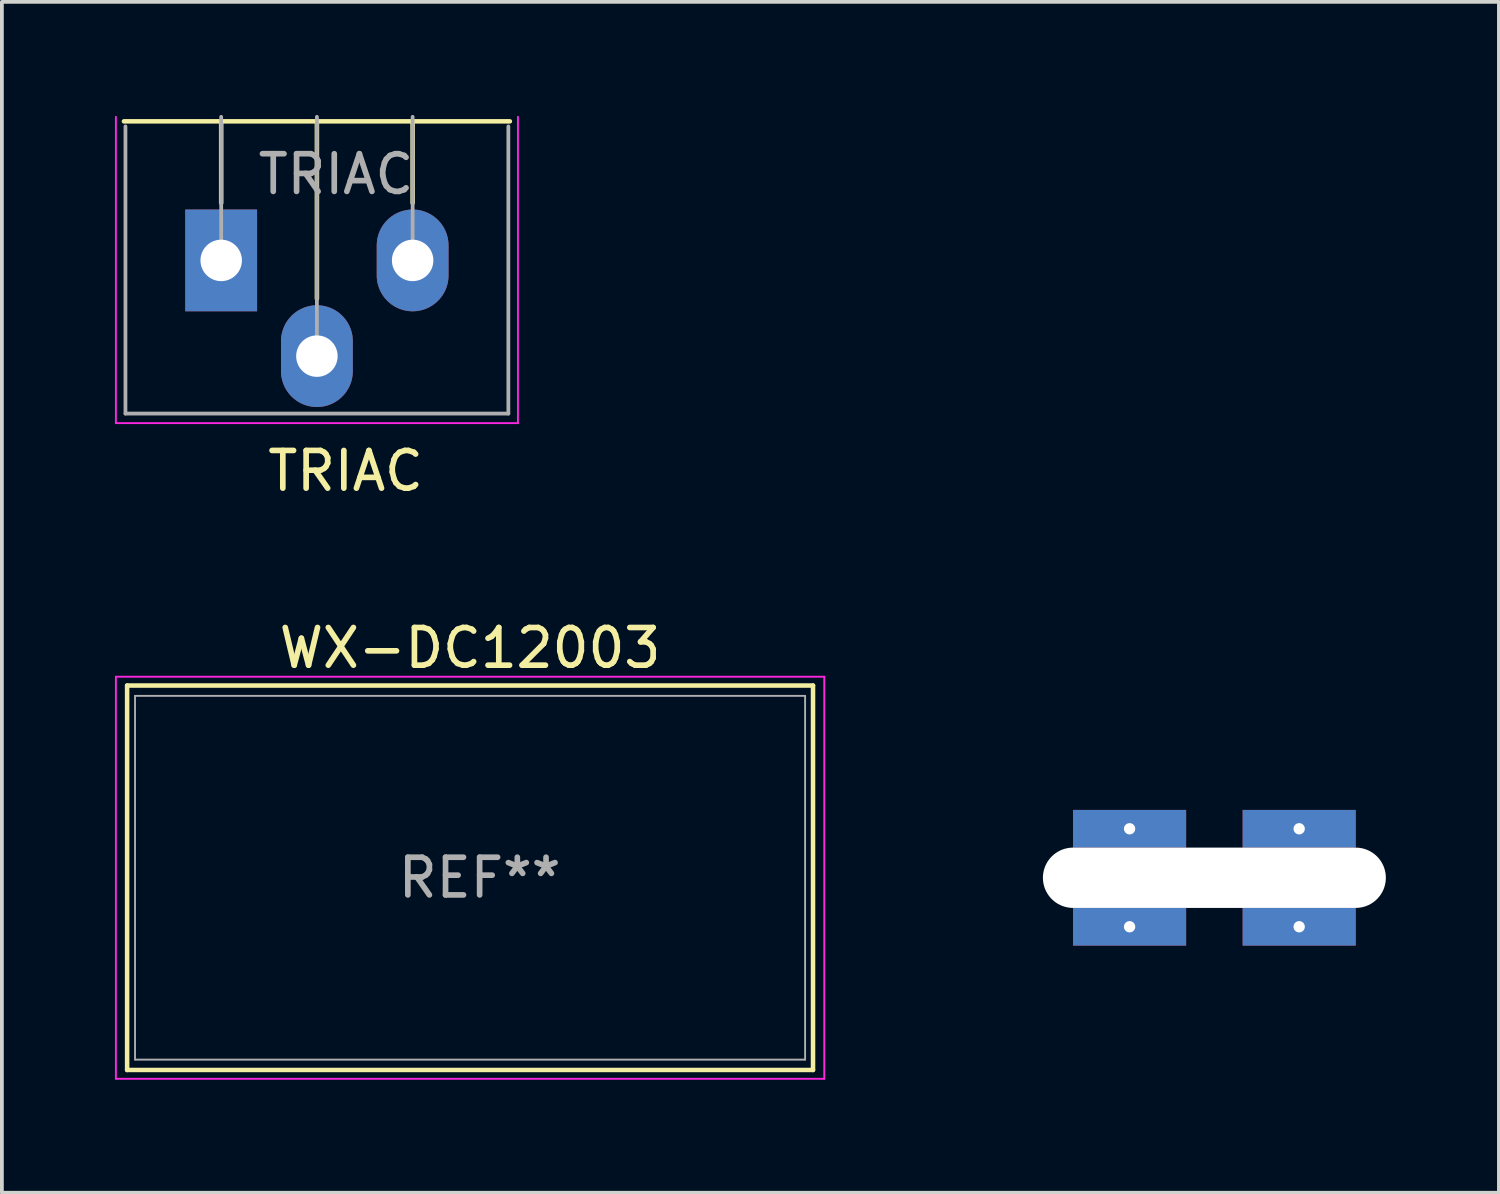
<source format=kicad_pcb>
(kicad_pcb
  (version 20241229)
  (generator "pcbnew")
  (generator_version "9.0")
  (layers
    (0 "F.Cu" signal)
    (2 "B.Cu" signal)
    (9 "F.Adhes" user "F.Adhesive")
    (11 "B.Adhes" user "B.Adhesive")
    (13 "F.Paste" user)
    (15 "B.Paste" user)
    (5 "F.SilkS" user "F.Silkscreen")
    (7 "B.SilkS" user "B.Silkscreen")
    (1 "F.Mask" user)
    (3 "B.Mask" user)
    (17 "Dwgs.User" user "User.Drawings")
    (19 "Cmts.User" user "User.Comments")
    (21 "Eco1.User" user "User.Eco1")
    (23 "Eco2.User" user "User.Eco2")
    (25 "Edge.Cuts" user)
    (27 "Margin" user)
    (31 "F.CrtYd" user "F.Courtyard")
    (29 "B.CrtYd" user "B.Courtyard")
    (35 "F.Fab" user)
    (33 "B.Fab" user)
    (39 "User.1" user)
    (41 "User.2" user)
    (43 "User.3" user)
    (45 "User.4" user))
  (footprint "TRIAC"
    (layer "F.Cu")
    (at 2.819 3.86)
    (property "Reference" "TRIAC" (at 3.302 5.588 0) (layer "F.SilkS") (effects (font (size 1 1) (thickness 0.15))))
    (attr through_hole)
    (fp_line (start -2.58 -3.69) (end 7.66 -3.69) (stroke (width 0.12) (type solid)) (layer "F.SilkS"))
    (fp_line (start 0 -3.69) (end 0 -1.524) (stroke (width 0.12) (type solid)) (layer "F.SilkS"))
    (fp_line (start 2.54 -3.69) (end 2.54 1.016) (stroke (width 0.12) (type solid)) (layer "F.SilkS"))
    (fp_line (start 5.08 -3.69) (end 5.08 -1.524) (stroke (width 0.12) (type solid)) (layer "F.SilkS"))
    (fp_line (start -2.794 -3.81) (end -2.794 4.318) (stroke (width 0.05) (type solid)) (layer "F.CrtYd"))
    (fp_line (start -2.794 4.318) (end 7.874 4.318) (stroke (width 0.05) (type solid)) (layer "F.CrtYd"))
    (fp_line (start 7.874 4.318) (end 7.874 -3.81) (stroke (width 0.05) (type solid)) (layer "F.CrtYd"))
    (fp_line (start -2.54 4.064) (end -2.54 -3.556) (stroke (width 0.1) (type solid)) (layer "F.Fab"))
    (fp_line (start 0 -3.81) (end 0 0) (stroke (width 0.1) (type solid)) (layer "F.Fab"))
    (fp_line (start 2.54 -3.81) (end 2.54 2.54) (stroke (width 0.1) (type solid)) (layer "F.Fab"))
    (fp_line (start 5.08 -3.81) (end 5.08 0) (stroke (width 0.1) (type solid)) (layer "F.Fab"))
    (fp_line (start 7.62 -3.556) (end 7.62 4.064) (stroke (width 0.1) (type solid)) (layer "F.Fab"))
    (fp_line (start 7.62 4.064) (end -2.54 4.064) (stroke (width 0.1) (type solid)) (layer "F.Fab"))
    (fp_text user "${REFERENCE}" (at 3.048 -2.286 0) (layer "F.Fab") (effects (font (size 1 1) (thickness 0.15))))
    (pad "1" thru_hole trapezoid (at 0 0) (size 1.905 2.7) (drill 1.1) (layers "*.Cu" "*.Mask"))
    (pad "2" thru_hole oval (at 2.54 2.54) (size 1.905 2.7) (drill 1.1) (layers "*.Cu" "*.Mask"))
    (pad "3" thru_hole oval (at 5.08 0) (size 1.905 2.7) (drill 1.1) (layers "*.Cu" "*.Mask")))
  (footprint "WX-DC12003"
    (layer "F.Cu")
    (at 9.423 20.241)
    (property "Reference" "WX-DC12003" (at 0 -6.096 0) (layer "F.SilkS") (effects (font (size 1 1) (thickness 0.15))))
    (attr through_hole)
    (fp_line (start -9.1 -5.1) (end 9.1 -5.1) (stroke (width 0.12) (type solid)) (layer "F.SilkS"))
    (fp_line (start -9.1 5.1) (end -9.1 -5.1) (stroke (width 0.12) (type solid)) (layer "F.SilkS"))
    (fp_line (start -9.1 5.1) (end 9.1 5.1) (stroke (width 0.12) (type solid)) (layer "F.SilkS"))
    (fp_line (start 9.1 -5.1) (end 9.1 5.1) (stroke (width 0.12) (type solid)) (layer "F.SilkS"))
    (fp_line (start -9.398 -5.334) (end 9.398 -5.334) (stroke (width 0.05) (type solid)) (layer "F.CrtYd"))
    (fp_line (start -9.398 5.334) (end -9.398 -5.334) (stroke (width 0.05) (type solid)) (layer "F.CrtYd"))
    (fp_line (start 9.398 -5.334) (end 9.398 5.334) (stroke (width 0.05) (type solid)) (layer "F.CrtYd"))
    (fp_line (start 9.398 5.334) (end -9.398 5.334) (stroke (width 0.05) (type solid)) (layer "F.CrtYd"))
    (fp_line (start -8.89 -4.826) (end 8.89 -4.826) (stroke (width 0.05) (type solid)) (layer "F.Fab"))
    (fp_line (start -8.89 4.826) (end -8.89 -4.826) (stroke (width 0.05) (type solid)) (layer "F.Fab"))
    (fp_line (start 8.89 -4.826) (end 8.89 4.826) (stroke (width 0.05) (type solid)) (layer "F.Fab"))
    (fp_line (start 8.89 4.826) (end -8.89 4.826) (stroke (width 0.05) (type solid)) (layer "F.Fab"))
    (fp_text user "REF**" (at 0.254 0 0) (layer "F.Fab") (effects (font (size 1 1) (thickness 0.15))))
    (pad "" np_thru_hole oval (at 19.75 0 90) (size 1.6 9.1) (drill oval 1.6 9.1) (layers "*.Cu" "*.Mask"))
    (pad "3" thru_hole trapezoid (at 17.5 -1.3) (size 3 1) (drill 0.3) (layers "*.Cu" "*.Mask"))
    (pad "3" thru_hole trapezoid (at 17.5 1.3) (size 3 1) (drill 0.3) (layers "*.Cu" "*.Mask"))
    (pad "4" thru_hole trapezoid (at 22 -1.3) (size 3 1) (drill 0.3) (layers "*.Cu" "*.Mask"))
    (pad "4" thru_hole trapezoid (at 22 1.3) (size 3 1) (drill 0.3) (layers "*.Cu" "*.Mask")))
  (gr_rect
    (start -3 -3)
    (end 36.723 28.599)
    (stroke (width 0.1) (type default))
    (fill no)
    (layer "Edge.Cuts")))
</source>
